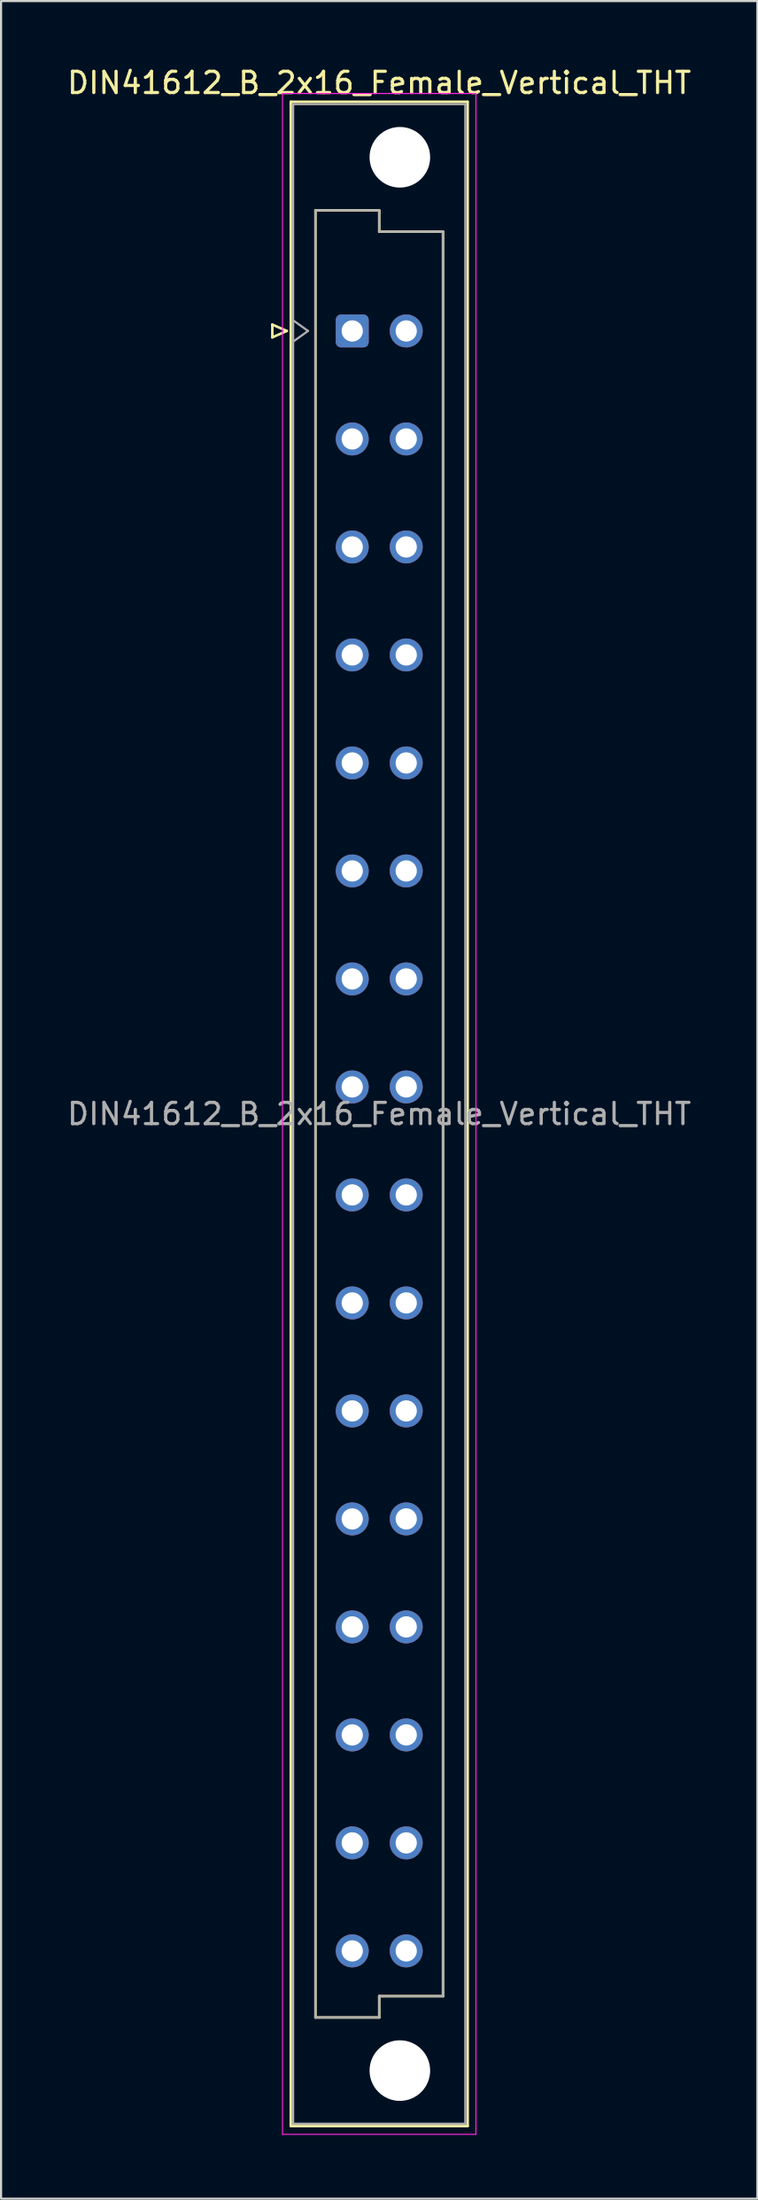
<source format=kicad_pcb>
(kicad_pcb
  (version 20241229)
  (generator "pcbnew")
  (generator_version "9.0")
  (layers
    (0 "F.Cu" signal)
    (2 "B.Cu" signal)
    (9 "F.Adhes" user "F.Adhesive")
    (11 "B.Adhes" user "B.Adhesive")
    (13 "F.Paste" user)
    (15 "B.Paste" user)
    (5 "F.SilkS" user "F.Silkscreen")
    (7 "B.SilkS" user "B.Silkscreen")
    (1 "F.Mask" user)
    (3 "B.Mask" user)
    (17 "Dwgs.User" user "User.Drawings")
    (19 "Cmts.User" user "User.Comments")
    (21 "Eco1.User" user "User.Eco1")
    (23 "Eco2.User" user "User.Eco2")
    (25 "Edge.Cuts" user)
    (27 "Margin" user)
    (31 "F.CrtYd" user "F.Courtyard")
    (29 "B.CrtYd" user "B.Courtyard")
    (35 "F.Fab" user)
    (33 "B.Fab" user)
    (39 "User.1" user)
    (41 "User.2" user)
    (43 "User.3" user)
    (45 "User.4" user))
  (footprint "DIN41612_B_2x16_Female_Vertical_THT"
    (layer "F.Cu")
    (at 13.522 9.978)
    (property "Reference" "DIN41612_B_2x16_Female_Vertical_THT" (at 1.27 -9.13 0) (layer "F.SilkS") (effects (font (size 1 1) (thickness 0.15))))
    (attr through_hole)
    (fp_line (start -3.76 2.24) (end -3.76 2.84) (stroke (width 0.12) (type solid)) (layer "F.SilkS"))
    (fp_line (start -3.76 2.84) (end -3.08 2.54) (stroke (width 0.12) (type solid)) (layer "F.SilkS"))
    (fp_line (start -3.08 2.54) (end -3.76 2.24) (stroke (width 0.12) (type solid)) (layer "F.SilkS"))
    (fp_line (start -2.89 -8.24) (end 5.43 -8.24) (stroke (width 0.12) (type solid)) (layer "F.SilkS"))
    (fp_line (start -2.89 86.98) (end -2.89 -8.24) (stroke (width 0.12) (type solid)) (layer "F.SilkS"))
    (fp_line (start -1.73 -3.131) (end 1.27 -3.131) (stroke (width 0.12) (type solid)) (layer "F.SilkS"))
    (fp_line (start -1.73 81.87) (end -1.73 -3.131) (stroke (width 0.12) (type solid)) (layer "F.SilkS"))
    (fp_line (start 1.27 -3.131) (end 1.27 -2.131) (stroke (width 0.12) (type solid)) (layer "F.SilkS"))
    (fp_line (start 1.27 -2.131) (end 4.27 -2.131) (stroke (width 0.12) (type solid)) (layer "F.SilkS"))
    (fp_line (start 1.27 80.87) (end 1.27 81.87) (stroke (width 0.12) (type solid)) (layer "F.SilkS"))
    (fp_line (start 1.27 81.87) (end -1.73 81.87) (stroke (width 0.12) (type solid)) (layer "F.SilkS"))
    (fp_line (start 4.27 -2.131) (end 4.27 80.87) (stroke (width 0.12) (type solid)) (layer "F.SilkS"))
    (fp_line (start 4.27 80.87) (end 1.27 80.87) (stroke (width 0.12) (type solid)) (layer "F.SilkS"))
    (fp_line (start 5.43 -8.24) (end 5.43 86.98) (stroke (width 0.12) (type solid)) (layer "F.SilkS"))
    (fp_line (start 5.43 86.98) (end -2.89 86.98) (stroke (width 0.12) (type solid)) (layer "F.SilkS"))
    (fp_line (start -3.28 -8.63) (end 5.82 -8.63) (stroke (width 0.05) (type solid)) (layer "F.CrtYd"))
    (fp_line (start -3.28 87.37) (end -3.28 -8.63) (stroke (width 0.05) (type solid)) (layer "F.CrtYd"))
    (fp_line (start 5.82 -8.63) (end 5.82 87.37) (stroke (width 0.05) (type solid)) (layer "F.CrtYd"))
    (fp_line (start 5.82 87.37) (end -3.28 87.37) (stroke (width 0.05) (type solid)) (layer "F.CrtYd"))
    (fp_line (start -2.78 -8.13) (end 5.32 -8.13) (stroke (width 0.1) (type solid)) (layer "F.Fab"))
    (fp_line (start -2.78 2.04) (end -2.08 2.54) (stroke (width 0.1) (type solid)) (layer "F.Fab"))
    (fp_line (start -2.78 86.87) (end -2.78 -8.13) (stroke (width 0.1) (type solid)) (layer "F.Fab"))
    (fp_line (start -2.08 2.54) (end -2.78 3.04) (stroke (width 0.1) (type solid)) (layer "F.Fab"))
    (fp_line (start -1.73 -3.13) (end 1.27 -3.13) (stroke (width 0.1) (type solid)) (layer "F.Fab"))
    (fp_line (start -1.73 81.87) (end -1.73 -3.13) (stroke (width 0.1) (type solid)) (layer "F.Fab"))
    (fp_line (start 1.27 -3.13) (end 1.27 -2.13) (stroke (width 0.1) (type solid)) (layer "F.Fab"))
    (fp_line (start 1.27 -2.13) (end 4.27 -2.13) (stroke (width 0.1) (type solid)) (layer "F.Fab"))
    (fp_line (start 1.27 80.87) (end 1.27 81.87) (stroke (width 0.1) (type solid)) (layer "F.Fab"))
    (fp_line (start 1.27 81.87) (end -1.73 81.87) (stroke (width 0.1) (type solid)) (layer "F.Fab"))
    (fp_line (start 4.27 -2.13) (end 4.27 80.87) (stroke (width 0.1) (type solid)) (layer "F.Fab"))
    (fp_line (start 4.27 80.87) (end 1.27 80.87) (stroke (width 0.1) (type solid)) (layer "F.Fab"))
    (fp_line (start 5.32 -8.13) (end 5.32 86.87) (stroke (width 0.1) (type solid)) (layer "F.Fab"))
    (fp_line (start 5.32 86.87) (end -2.78 86.87) (stroke (width 0.1) (type solid)) (layer "F.Fab"))
    (fp_text user "${REFERENCE}" (at 1.27 39.37 0) (layer "F.Fab") (effects (font (size 1 1) (thickness 0.15))))
    (pad "" np_thru_hole circle (at 2.24 -5.63) (size 2.85 2.85) (drill 2.85) (layers "*.Cu" "*.Mask"))
    (pad "" np_thru_hole circle (at 2.24 84.37) (size 2.85 2.85) (drill 2.85) (layers "*.Cu" "*.Mask"))
    (pad "a2" thru_hole roundrect (at 0 2.54) (size 1.55 1.55) (drill 1) (layers "*.Cu" "*.Mask") (roundrect_rratio 0.161))
    (pad "a4" thru_hole circle (at 0 7.62) (size 1.55 1.55) (drill 1) (layers "*.Cu" "*.Mask"))
    (pad "a6" thru_hole circle (at 0 12.7) (size 1.55 1.55) (drill 1) (layers "*.Cu" "*.Mask"))
    (pad "a8" thru_hole circle (at 0 17.78) (size 1.55 1.55) (drill 1) (layers "*.Cu" "*.Mask"))
    (pad "a10" thru_hole circle (at 0 22.86) (size 1.55 1.55) (drill 1) (layers "*.Cu" "*.Mask"))
    (pad "a12" thru_hole circle (at 0 27.94) (size 1.55 1.55) (drill 1) (layers "*.Cu" "*.Mask"))
    (pad "a14" thru_hole circle (at 0 33.02) (size 1.55 1.55) (drill 1) (layers "*.Cu" "*.Mask"))
    (pad "a16" thru_hole circle (at 0 38.1) (size 1.55 1.55) (drill 1) (layers "*.Cu" "*.Mask"))
    (pad "a18" thru_hole circle (at 0 43.18) (size 1.55 1.55) (drill 1) (layers "*.Cu" "*.Mask"))
    (pad "a20" thru_hole circle (at 0 48.26) (size 1.55 1.55) (drill 1) (layers "*.Cu" "*.Mask"))
    (pad "a22" thru_hole circle (at 0 53.34) (size 1.55 1.55) (drill 1) (layers "*.Cu" "*.Mask"))
    (pad "a24" thru_hole circle (at 0 58.42) (size 1.55 1.55) (drill 1) (layers "*.Cu" "*.Mask"))
    (pad "a26" thru_hole circle (at 0 63.5) (size 1.55 1.55) (drill 1) (layers "*.Cu" "*.Mask"))
    (pad "a28" thru_hole circle (at 0 68.58) (size 1.55 1.55) (drill 1) (layers "*.Cu" "*.Mask"))
    (pad "a30" thru_hole circle (at 0 73.66) (size 1.55 1.55) (drill 1) (layers "*.Cu" "*.Mask"))
    (pad "a32" thru_hole circle (at 0 78.74) (size 1.55 1.55) (drill 1) (layers "*.Cu" "*.Mask"))
    (pad "b2" thru_hole circle (at 2.54 2.54) (size 1.55 1.55) (drill 1) (layers "*.Cu" "*.Mask"))
    (pad "b4" thru_hole circle (at 2.54 7.62) (size 1.55 1.55) (drill 1) (layers "*.Cu" "*.Mask"))
    (pad "b6" thru_hole circle (at 2.54 12.7) (size 1.55 1.55) (drill 1) (layers "*.Cu" "*.Mask"))
    (pad "b8" thru_hole circle (at 2.54 17.78) (size 1.55 1.55) (drill 1) (layers "*.Cu" "*.Mask"))
    (pad "b10" thru_hole circle (at 2.54 22.86) (size 1.55 1.55) (drill 1) (layers "*.Cu" "*.Mask"))
    (pad "b12" thru_hole circle (at 2.54 27.94) (size 1.55 1.55) (drill 1) (layers "*.Cu" "*.Mask"))
    (pad "b14" thru_hole circle (at 2.54 33.02) (size 1.55 1.55) (drill 1) (layers "*.Cu" "*.Mask"))
    (pad "b16" thru_hole circle (at 2.54 38.1) (size 1.55 1.55) (drill 1) (layers "*.Cu" "*.Mask"))
    (pad "b18" thru_hole circle (at 2.54 43.18) (size 1.55 1.55) (drill 1) (layers "*.Cu" "*.Mask"))
    (pad "b20" thru_hole circle (at 2.54 48.26) (size 1.55 1.55) (drill 1) (layers "*.Cu" "*.Mask"))
    (pad "b22" thru_hole circle (at 2.54 53.34) (size 1.55 1.55) (drill 1) (layers "*.Cu" "*.Mask"))
    (pad "b24" thru_hole circle (at 2.54 58.42) (size 1.55 1.55) (drill 1) (layers "*.Cu" "*.Mask"))
    (pad "b26" thru_hole circle (at 2.54 63.5) (size 1.55 1.55) (drill 1) (layers "*.Cu" "*.Mask"))
    (pad "b28" thru_hole circle (at 2.54 68.58) (size 1.55 1.55) (drill 1) (layers "*.Cu" "*.Mask"))
    (pad "b30" thru_hole circle (at 2.54 73.66) (size 1.55 1.55) (drill 1) (layers "*.Cu" "*.Mask"))
    (pad "b32" thru_hole circle (at 2.54 78.74) (size 1.55 1.55) (drill 1) (layers "*.Cu" "*.Mask")))
  (gr_rect
    (start -3 -3)
    (end 32.583 100.373)
    (stroke (width 0.1) (type default))
    (fill no)
    (layer "Edge.Cuts")))
</source>
